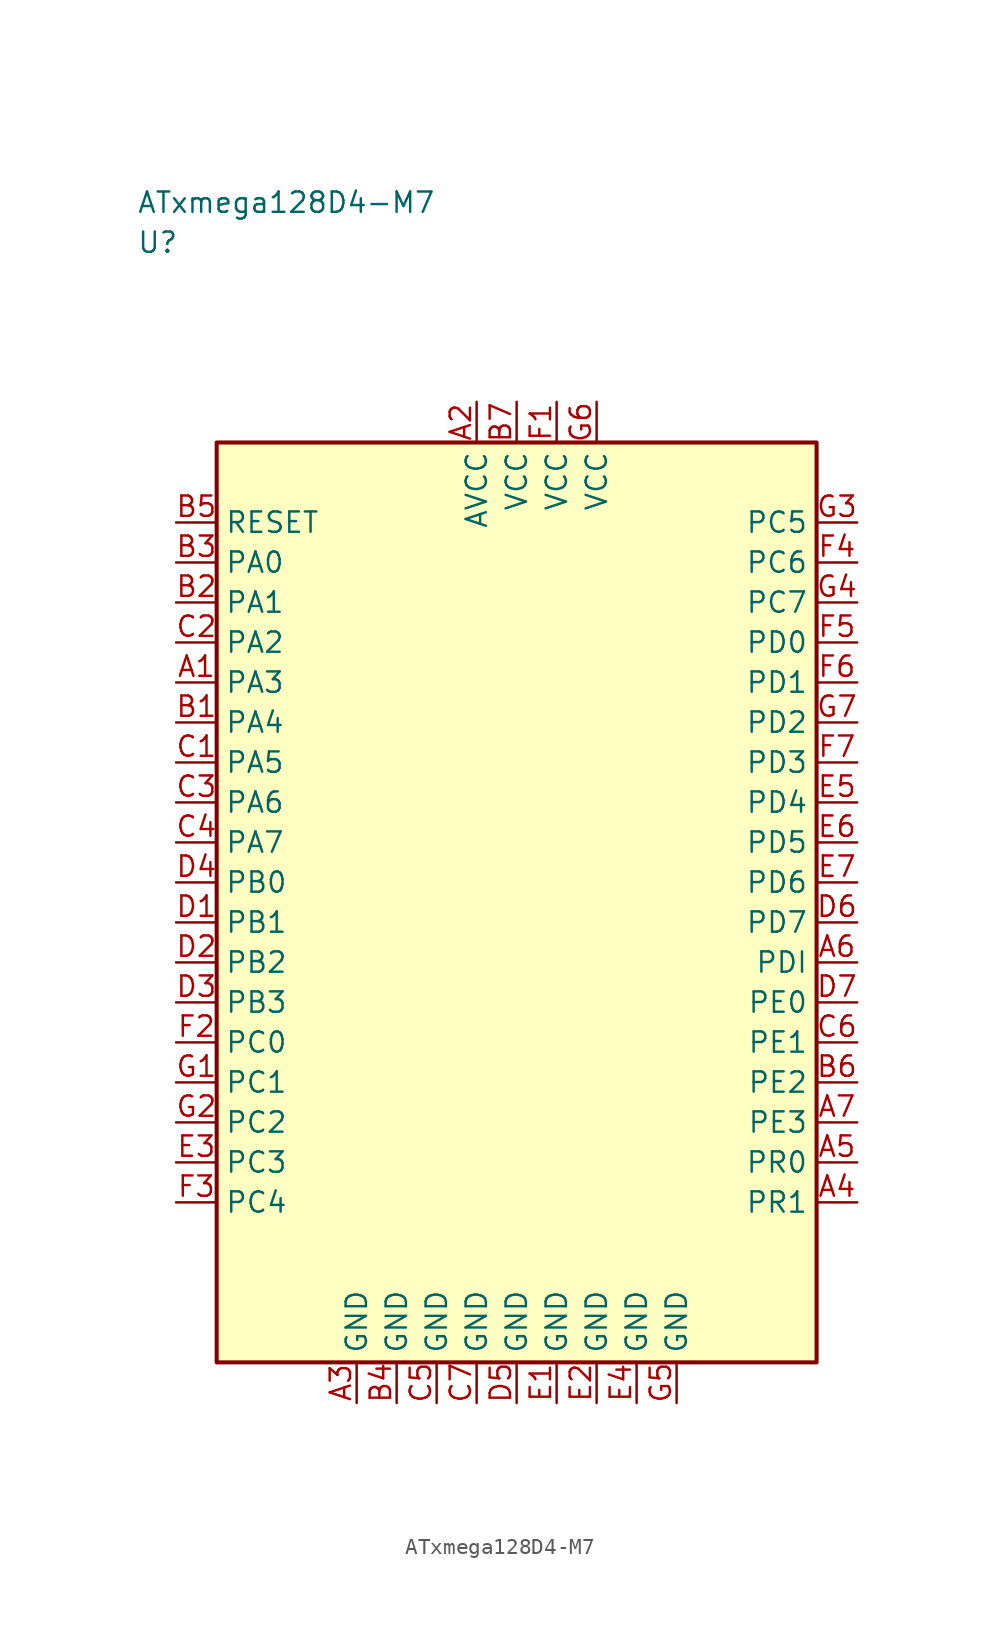
<source format=kicad_sym>
(kicad_symbol_lib
  (version 20241025)
  (generator "kicad_symbol_editor")
  (generator_version "8.0")
  (symbol "ATxmega128D4-M7"
    (property "Reference" "U"
      (at -23.75 41.25 0)
      (effects (font (size 1.27 1.27)) (justify left)))
    (property "Value" "ATxmega128D4-M7"
      (at -23.75 43.75 0)
      (effects (font (size 1.27 1.27)) (justify left)))
    (symbol "ATxmega128D4-M7_0_1"
      (rectangle (start -18.75 28.75) (end 18.75 -28.75) (stroke (width 0.254) (type default)) (fill (type background))))
    (symbol "ATxmega128D4-M7_1_1"
      (pin bidirectional line (at -21.29 13.75 0.0) (length 2.54) (name "PA3" (effects (font (size 1.27 1.27)))) (number "A1" (effects (font (size 1.27 1.27)))))
      (pin power_in line (at -2.5 31.29 270.0) (length 2.54) (name "AVCC" (effects (font (size 1.27 1.27)))) (number "A2" (effects (font (size 1.27 1.27)))))
      (pin passive line (at -10.0 -31.29 90.0) (length 2.54) (name "GND" (effects (font (size 1.27 1.27)))) (number "A3" (effects (font (size 1.27 1.27)))))
      (pin bidirectional line (at 21.29 -18.75 180.0) (length 2.54) (name "PR1" (effects (font (size 1.27 1.27)))) (number "A4" (effects (font (size 1.27 1.27)))))
      (pin bidirectional line (at 21.29 -16.25 180.0) (length 2.54) (name "PR0" (effects (font (size 1.27 1.27)))) (number "A5" (effects (font (size 1.27 1.27)))))
      (pin bidirectional line (at 21.29 -3.75 180.0) (length 2.54) (name "PDI" (effects (font (size 1.27 1.27)))) (number "A6" (effects (font (size 1.27 1.27)))))
      (pin bidirectional line (at 21.29 -13.75 180.0) (length 2.54) (name "PE3" (effects (font (size 1.27 1.27)))) (number "A7" (effects (font (size 1.27 1.27)))))
      (pin bidirectional line (at -21.29 11.25 0.0) (length 2.54) (name "PA4" (effects (font (size 1.27 1.27)))) (number "B1" (effects (font (size 1.27 1.27)))))
      (pin bidirectional line (at -21.29 18.75 0.0) (length 2.54) (name "PA1" (effects (font (size 1.27 1.27)))) (number "B2" (effects (font (size 1.27 1.27)))))
      (pin bidirectional line (at -21.29 21.25 0.0) (length 2.54) (name "PA0" (effects (font (size 1.27 1.27)))) (number "B3" (effects (font (size 1.27 1.27)))))
      (pin passive line (at -7.5 -31.29 90.0) (length 2.54) (name "GND" (effects (font (size 1.27 1.27)))) (number "B4" (effects (font (size 1.27 1.27)))))
      (pin input line (at -21.29 23.75 0.0) (length 2.54) (name "RESET" (effects (font (size 1.27 1.27)))) (number "B5" (effects (font (size 1.27 1.27)))))
      (pin bidirectional line (at 21.29 -11.25 180.0) (length 2.54) (name "PE2" (effects (font (size 1.27 1.27)))) (number "B6" (effects (font (size 1.27 1.27)))))
      (pin power_in line (at 0.0 31.29 270.0) (length 2.54) (name "VCC" (effects (font (size 1.27 1.27)))) (number "B7" (effects (font (size 1.27 1.27)))))
      (pin bidirectional line (at -21.29 8.75 0.0) (length 2.54) (name "PA5" (effects (font (size 1.27 1.27)))) (number "C1" (effects (font (size 1.27 1.27)))))
      (pin bidirectional line (at -21.29 16.25 0.0) (length 2.54) (name "PA2" (effects (font (size 1.27 1.27)))) (number "C2" (effects (font (size 1.27 1.27)))))
      (pin bidirectional line (at -21.29 6.25 0.0) (length 2.54) (name "PA6" (effects (font (size 1.27 1.27)))) (number "C3" (effects (font (size 1.27 1.27)))))
      (pin bidirectional line (at -21.29 3.75 0.0) (length 2.54) (name "PA7" (effects (font (size 1.27 1.27)))) (number "C4" (effects (font (size 1.27 1.27)))))
      (pin passive line (at -5.0 -31.29 90.0) (length 2.54) (name "GND" (effects (font (size 1.27 1.27)))) (number "C5" (effects (font (size 1.27 1.27)))))
      (pin bidirectional line (at 21.29 -8.75 180.0) (length 2.54) (name "PE1" (effects (font (size 1.27 1.27)))) (number "C6" (effects (font (size 1.27 1.27)))))
      (pin passive line (at -2.5 -31.29 90.0) (length 2.54) (name "GND" (effects (font (size 1.27 1.27)))) (number "C7" (effects (font (size 1.27 1.27)))))
      (pin bidirectional line (at -21.29 -1.25 0.0) (length 2.54) (name "PB1" (effects (font (size 1.27 1.27)))) (number "D1" (effects (font (size 1.27 1.27)))))
      (pin bidirectional line (at -21.29 -3.75 0.0) (length 2.54) (name "PB2" (effects (font (size 1.27 1.27)))) (number "D2" (effects (font (size 1.27 1.27)))))
      (pin bidirectional line (at -21.29 -6.25 0.0) (length 2.54) (name "PB3" (effects (font (size 1.27 1.27)))) (number "D3" (effects (font (size 1.27 1.27)))))
      (pin bidirectional line (at -21.29 1.25 0.0) (length 2.54) (name "PB0" (effects (font (size 1.27 1.27)))) (number "D4" (effects (font (size 1.27 1.27)))))
      (pin passive line (at 0.0 -31.29 90.0) (length 2.54) (name "GND" (effects (font (size 1.27 1.27)))) (number "D5" (effects (font (size 1.27 1.27)))))
      (pin bidirectional line (at 21.29 -1.25 180.0) (length 2.54) (name "PD7" (effects (font (size 1.27 1.27)))) (number "D6" (effects (font (size 1.27 1.27)))))
      (pin bidirectional line (at 21.29 -6.25 180.0) (length 2.54) (name "PE0" (effects (font (size 1.27 1.27)))) (number "D7" (effects (font (size 1.27 1.27)))))
      (pin passive line (at 2.5 -31.29 90.0) (length 2.54) (name "GND" (effects (font (size 1.27 1.27)))) (number "E1" (effects (font (size 1.27 1.27)))))
      (pin passive line (at 5.0 -31.29 90.0) (length 2.54) (name "GND" (effects (font (size 1.27 1.27)))) (number "E2" (effects (font (size 1.27 1.27)))))
      (pin bidirectional line (at -21.29 -16.25 0.0) (length 2.54) (name "PC3" (effects (font (size 1.27 1.27)))) (number "E3" (effects (font (size 1.27 1.27)))))
      (pin passive line (at 7.5 -31.29 90.0) (length 2.54) (name "GND" (effects (font (size 1.27 1.27)))) (number "E4" (effects (font (size 1.27 1.27)))))
      (pin bidirectional line (at 21.29 6.25 180.0) (length 2.54) (name "PD4" (effects (font (size 1.27 1.27)))) (number "E5" (effects (font (size 1.27 1.27)))))
      (pin bidirectional line (at 21.29 3.75 180.0) (length 2.54) (name "PD5" (effects (font (size 1.27 1.27)))) (number "E6" (effects (font (size 1.27 1.27)))))
      (pin bidirectional line (at 21.29 1.25 180.0) (length 2.54) (name "PD6" (effects (font (size 1.27 1.27)))) (number "E7" (effects (font (size 1.27 1.27)))))
      (pin power_in line (at 2.5 31.29 270.0) (length 2.54) (name "VCC" (effects (font (size 1.27 1.27)))) (number "F1" (effects (font (size 1.27 1.27)))))
      (pin bidirectional line (at -21.29 -8.75 0.0) (length 2.54) (name "PC0" (effects (font (size 1.27 1.27)))) (number "F2" (effects (font (size 1.27 1.27)))))
      (pin bidirectional line (at -21.29 -18.75 0.0) (length 2.54) (name "PC4" (effects (font (size 1.27 1.27)))) (number "F3" (effects (font (size 1.27 1.27)))))
      (pin bidirectional line (at 21.29 21.25 180.0) (length 2.54) (name "PC6" (effects (font (size 1.27 1.27)))) (number "F4" (effects (font (size 1.27 1.27)))))
      (pin bidirectional line (at 21.29 16.25 180.0) (length 2.54) (name "PD0" (effects (font (size 1.27 1.27)))) (number "F5" (effects (font (size 1.27 1.27)))))
      (pin bidirectional line (at 21.29 13.75 180.0) (length 2.54) (name "PD1" (effects (font (size 1.27 1.27)))) (number "F6" (effects (font (size 1.27 1.27)))))
      (pin bidirectional line (at 21.29 8.75 180.0) (length 2.54) (name "PD3" (effects (font (size 1.27 1.27)))) (number "F7" (effects (font (size 1.27 1.27)))))
      (pin bidirectional line (at -21.29 -11.25 0.0) (length 2.54) (name "PC1" (effects (font (size 1.27 1.27)))) (number "G1" (effects (font (size 1.27 1.27)))))
      (pin bidirectional line (at -21.29 -13.75 0.0) (length 2.54) (name "PC2" (effects (font (size 1.27 1.27)))) (number "G2" (effects (font (size 1.27 1.27)))))
      (pin bidirectional line (at 21.29 23.75 180.0) (length 2.54) (name "PC5" (effects (font (size 1.27 1.27)))) (number "G3" (effects (font (size 1.27 1.27)))))
      (pin bidirectional line (at 21.29 18.75 180.0) (length 2.54) (name "PC7" (effects (font (size 1.27 1.27)))) (number "G4" (effects (font (size 1.27 1.27)))))
      (pin passive line (at 10.0 -31.29 90.0) (length 2.54) (name "GND" (effects (font (size 1.27 1.27)))) (number "G5" (effects (font (size 1.27 1.27)))))
      (pin power_in line (at 5.0 31.29 270.0) (length 2.54) (name "VCC" (effects (font (size 1.27 1.27)))) (number "G6" (effects (font (size 1.27 1.27)))))
      (pin bidirectional line (at 21.29 11.25 180.0) (length 2.54) (name "PD2" (effects (font (size 1.27 1.27)))) (number "G7" (effects (font (size 1.27 1.27))))))))
</source>
